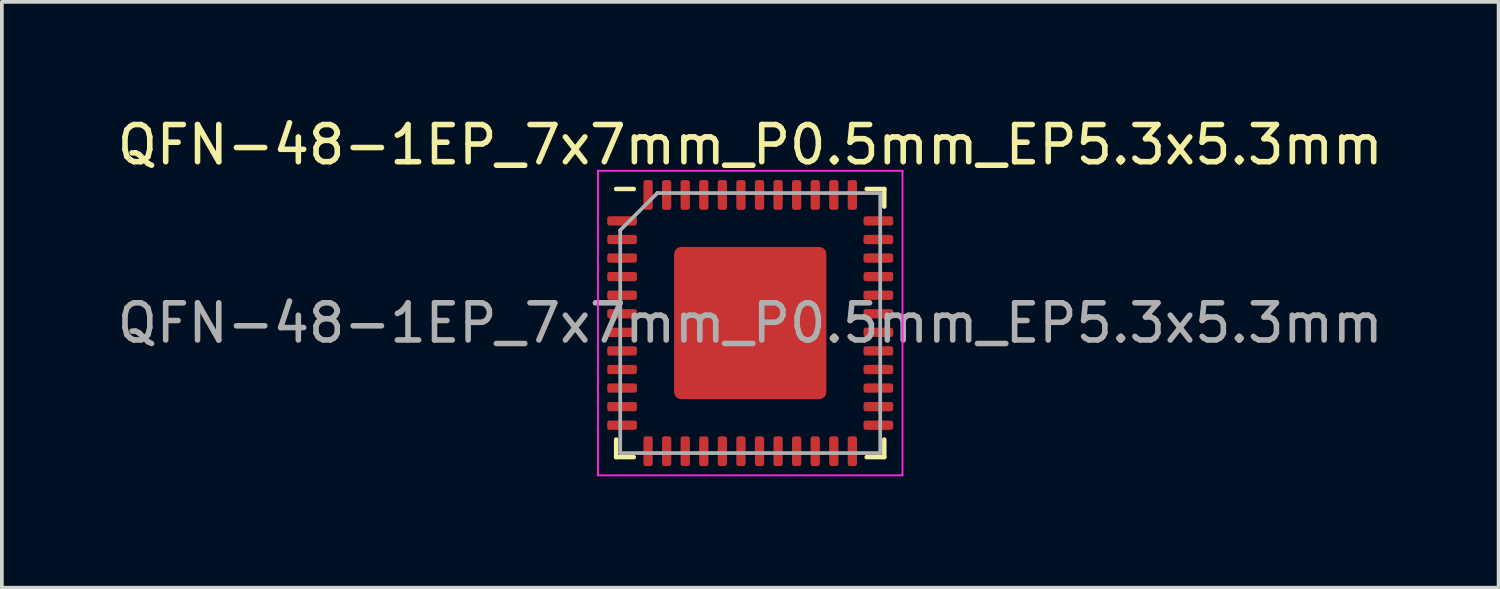
<source format=kicad_pcb>
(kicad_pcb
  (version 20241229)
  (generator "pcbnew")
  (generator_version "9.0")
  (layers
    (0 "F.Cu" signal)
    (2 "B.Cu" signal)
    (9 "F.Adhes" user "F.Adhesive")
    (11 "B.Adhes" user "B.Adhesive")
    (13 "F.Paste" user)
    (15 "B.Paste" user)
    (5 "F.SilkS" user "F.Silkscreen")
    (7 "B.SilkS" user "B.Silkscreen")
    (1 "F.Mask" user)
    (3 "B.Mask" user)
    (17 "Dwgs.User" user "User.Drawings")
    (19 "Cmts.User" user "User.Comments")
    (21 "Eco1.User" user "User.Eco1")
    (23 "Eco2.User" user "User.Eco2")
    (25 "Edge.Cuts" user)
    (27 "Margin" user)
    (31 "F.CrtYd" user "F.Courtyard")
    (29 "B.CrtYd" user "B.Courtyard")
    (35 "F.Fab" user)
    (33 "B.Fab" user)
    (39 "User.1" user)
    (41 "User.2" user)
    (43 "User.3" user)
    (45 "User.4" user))
  (footprint "QFN-48-1EP_7x7mm_P0.5mm_EP5.3x5.3mm"
    (layer "F.Cu")
    (at 17.149 5.648)
    (property "Reference" "QFN-48-1EP_7x7mm_P0.5mm_EP5.3x5.3mm" (at 0 -4.8 0) (layer "F.SilkS") (effects (font (size 1 1) (thickness 0.15))))
    (attr smd)
    (fp_line (start -3.61 3.61) (end -3.61 3.135) (stroke (width 0.12) (type solid)) (layer "F.SilkS"))
    (fp_line (start -3.135 -3.61) (end -3.61 -3.61) (stroke (width 0.12) (type solid)) (layer "F.SilkS"))
    (fp_line (start -3.135 3.61) (end -3.61 3.61) (stroke (width 0.12) (type solid)) (layer "F.SilkS"))
    (fp_line (start 3.135 -3.61) (end 3.61 -3.61) (stroke (width 0.12) (type solid)) (layer "F.SilkS"))
    (fp_line (start 3.135 3.61) (end 3.61 3.61) (stroke (width 0.12) (type solid)) (layer "F.SilkS"))
    (fp_line (start 3.61 -3.61) (end 3.61 -3.135) (stroke (width 0.12) (type solid)) (layer "F.SilkS"))
    (fp_line (start 3.61 3.61) (end 3.61 3.135) (stroke (width 0.12) (type solid)) (layer "F.SilkS"))
    (fp_line (start -4.1 -4.1) (end -4.1 4.1) (stroke (width 0.05) (type solid)) (layer "F.CrtYd"))
    (fp_line (start -4.1 4.1) (end 4.1 4.1) (stroke (width 0.05) (type solid)) (layer "F.CrtYd"))
    (fp_line (start 4.1 -4.1) (end -4.1 -4.1) (stroke (width 0.05) (type solid)) (layer "F.CrtYd"))
    (fp_line (start 4.1 4.1) (end 4.1 -4.1) (stroke (width 0.05) (type solid)) (layer "F.CrtYd"))
    (fp_line (start -3.5 -2.5) (end -2.5 -3.5) (stroke (width 0.1) (type solid)) (layer "F.Fab"))
    (fp_line (start -3.5 3.5) (end -3.5 -2.5) (stroke (width 0.1) (type solid)) (layer "F.Fab"))
    (fp_line (start -2.5 -3.5) (end 3.5 -3.5) (stroke (width 0.1) (type solid)) (layer "F.Fab"))
    (fp_line (start 3.5 -3.5) (end 3.5 3.5) (stroke (width 0.1) (type solid)) (layer "F.Fab"))
    (fp_line (start 3.5 3.5) (end -3.5 3.5) (stroke (width 0.1) (type solid)) (layer "F.Fab"))
    (fp_text user "${REFERENCE}" (at 0 0 0) (layer "F.Fab") (effects (font (size 1 1) (thickness 0.15))))
    (pad "" smd roundrect (at -1.37 -1.37) (size 1.17 1.17) (layers "F.Paste") (roundrect_rratio 0.234))
    (pad "" smd roundrect (at -1.37 0) (size 1.17 1.17) (layers "F.Paste") (roundrect_rratio 0.234))
    (pad "" smd roundrect (at -1.37 1.37) (size 1.17 1.17) (layers "F.Paste") (roundrect_rratio 0.234))
    (pad "" smd roundrect (at 0 -1.37) (size 1.17 1.17) (layers "F.Paste") (roundrect_rratio 0.234))
    (pad "" smd roundrect (at 0 0) (size 1.17 1.17) (layers "F.Paste") (roundrect_rratio 0.234))
    (pad "" smd roundrect (at 0 1.37) (size 1.17 1.17) (layers "F.Paste") (roundrect_rratio 0.234))
    (pad "" smd roundrect (at 1.37 -1.37) (size 1.17 1.17) (layers "F.Paste") (roundrect_rratio 0.234))
    (pad "" smd roundrect (at 1.37 0) (size 1.17 1.17) (layers "F.Paste") (roundrect_rratio 0.234))
    (pad "" smd roundrect (at 1.37 1.37) (size 1.17 1.17) (layers "F.Paste") (roundrect_rratio 0.234))
    (pad "1" smd roundrect (at -3.45 -2.75) (size 0.8 0.25) (layers "F.Cu" "F.Mask" "F.Paste") (roundrect_rratio 0.25))
    (pad "2" smd roundrect (at -3.45 -2.25) (size 0.8 0.25) (layers "F.Cu" "F.Mask" "F.Paste") (roundrect_rratio 0.25))
    (pad "3" smd roundrect (at -3.45 -1.75) (size 0.8 0.25) (layers "F.Cu" "F.Mask" "F.Paste") (roundrect_rratio 0.25))
    (pad "4" smd roundrect (at -3.45 -1.25) (size 0.8 0.25) (layers "F.Cu" "F.Mask" "F.Paste") (roundrect_rratio 0.25))
    (pad "5" smd roundrect (at -3.45 -0.75) (size 0.8 0.25) (layers "F.Cu" "F.Mask" "F.Paste") (roundrect_rratio 0.25))
    (pad "6" smd roundrect (at -3.45 -0.25) (size 0.8 0.25) (layers "F.Cu" "F.Mask" "F.Paste") (roundrect_rratio 0.25))
    (pad "7" smd roundrect (at -3.45 0.25) (size 0.8 0.25) (layers "F.Cu" "F.Mask" "F.Paste") (roundrect_rratio 0.25))
    (pad "8" smd roundrect (at -3.45 0.75) (size 0.8 0.25) (layers "F.Cu" "F.Mask" "F.Paste") (roundrect_rratio 0.25))
    (pad "9" smd roundrect (at -3.45 1.25) (size 0.8 0.25) (layers "F.Cu" "F.Mask" "F.Paste") (roundrect_rratio 0.25))
    (pad "10" smd roundrect (at -3.45 1.75) (size 0.8 0.25) (layers "F.Cu" "F.Mask" "F.Paste") (roundrect_rratio 0.25))
    (pad "11" smd roundrect (at -3.45 2.25) (size 0.8 0.25) (layers "F.Cu" "F.Mask" "F.Paste") (roundrect_rratio 0.25))
    (pad "12" smd roundrect (at -3.45 2.75) (size 0.8 0.25) (layers "F.Cu" "F.Mask" "F.Paste") (roundrect_rratio 0.25))
    (pad "13" smd roundrect (at -2.75 3.45) (size 0.25 0.8) (layers "F.Cu" "F.Mask" "F.Paste") (roundrect_rratio 0.25))
    (pad "14" smd roundrect (at -2.25 3.45) (size 0.25 0.8) (layers "F.Cu" "F.Mask" "F.Paste") (roundrect_rratio 0.25))
    (pad "15" smd roundrect (at -1.75 3.45) (size 0.25 0.8) (layers "F.Cu" "F.Mask" "F.Paste") (roundrect_rratio 0.25))
    (pad "16" smd roundrect (at -1.25 3.45) (size 0.25 0.8) (layers "F.Cu" "F.Mask" "F.Paste") (roundrect_rratio 0.25))
    (pad "17" smd roundrect (at -0.75 3.45) (size 0.25 0.8) (layers "F.Cu" "F.Mask" "F.Paste") (roundrect_rratio 0.25))
    (pad "18" smd roundrect (at -0.25 3.45) (size 0.25 0.8) (layers "F.Cu" "F.Mask" "F.Paste") (roundrect_rratio 0.25))
    (pad "19" smd roundrect (at 0.25 3.45) (size 0.25 0.8) (layers "F.Cu" "F.Mask" "F.Paste") (roundrect_rratio 0.25))
    (pad "20" smd roundrect (at 0.75 3.45) (size 0.25 0.8) (layers "F.Cu" "F.Mask" "F.Paste") (roundrect_rratio 0.25))
    (pad "21" smd roundrect (at 1.25 3.45) (size 0.25 0.8) (layers "F.Cu" "F.Mask" "F.Paste") (roundrect_rratio 0.25))
    (pad "22" smd roundrect (at 1.75 3.45) (size 0.25 0.8) (layers "F.Cu" "F.Mask" "F.Paste") (roundrect_rratio 0.25))
    (pad "23" smd roundrect (at 2.25 3.45) (size 0.25 0.8) (layers "F.Cu" "F.Mask" "F.Paste") (roundrect_rratio 0.25))
    (pad "24" smd roundrect (at 2.75 3.45) (size 0.25 0.8) (layers "F.Cu" "F.Mask" "F.Paste") (roundrect_rratio 0.25))
    (pad "25" smd roundrect (at 3.45 2.75) (size 0.8 0.25) (layers "F.Cu" "F.Mask" "F.Paste") (roundrect_rratio 0.25))
    (pad "26" smd roundrect (at 3.45 2.25) (size 0.8 0.25) (layers "F.Cu" "F.Mask" "F.Paste") (roundrect_rratio 0.25))
    (pad "27" smd roundrect (at 3.45 1.75) (size 0.8 0.25) (layers "F.Cu" "F.Mask" "F.Paste") (roundrect_rratio 0.25))
    (pad "28" smd roundrect (at 3.45 1.25) (size 0.8 0.25) (layers "F.Cu" "F.Mask" "F.Paste") (roundrect_rratio 0.25))
    (pad "29" smd roundrect (at 3.45 0.75) (size 0.8 0.25) (layers "F.Cu" "F.Mask" "F.Paste") (roundrect_rratio 0.25))
    (pad "30" smd roundrect (at 3.45 0.25) (size 0.8 0.25) (layers "F.Cu" "F.Mask" "F.Paste") (roundrect_rratio 0.25))
    (pad "31" smd roundrect (at 3.45 -0.25) (size 0.8 0.25) (layers "F.Cu" "F.Mask" "F.Paste") (roundrect_rratio 0.25))
    (pad "32" smd roundrect (at 3.45 -0.75) (size 0.8 0.25) (layers "F.Cu" "F.Mask" "F.Paste") (roundrect_rratio 0.25))
    (pad "33" smd roundrect (at 3.45 -1.25) (size 0.8 0.25) (layers "F.Cu" "F.Mask" "F.Paste") (roundrect_rratio 0.25))
    (pad "34" smd roundrect (at 3.45 -1.75) (size 0.8 0.25) (layers "F.Cu" "F.Mask" "F.Paste") (roundrect_rratio 0.25))
    (pad "35" smd roundrect (at 3.45 -2.25) (size 0.8 0.25) (layers "F.Cu" "F.Mask" "F.Paste") (roundrect_rratio 0.25))
    (pad "36" smd roundrect (at 3.45 -2.75) (size 0.8 0.25) (layers "F.Cu" "F.Mask" "F.Paste") (roundrect_rratio 0.25))
    (pad "37" smd roundrect (at 2.75 -3.45) (size 0.25 0.8) (layers "F.Cu" "F.Mask" "F.Paste") (roundrect_rratio 0.25))
    (pad "38" smd roundrect (at 2.25 -3.45) (size 0.25 0.8) (layers "F.Cu" "F.Mask" "F.Paste") (roundrect_rratio 0.25))
    (pad "39" smd roundrect (at 1.75 -3.45) (size 0.25 0.8) (layers "F.Cu" "F.Mask" "F.Paste") (roundrect_rratio 0.25))
    (pad "40" smd roundrect (at 1.25 -3.45) (size 0.25 0.8) (layers "F.Cu" "F.Mask" "F.Paste") (roundrect_rratio 0.25))
    (pad "41" smd roundrect (at 0.75 -3.45) (size 0.25 0.8) (layers "F.Cu" "F.Mask" "F.Paste") (roundrect_rratio 0.25))
    (pad "42" smd roundrect (at 0.25 -3.45) (size 0.25 0.8) (layers "F.Cu" "F.Mask" "F.Paste") (roundrect_rratio 0.25))
    (pad "43" smd roundrect (at -0.25 -3.45) (size 0.25 0.8) (layers "F.Cu" "F.Mask" "F.Paste") (roundrect_rratio 0.25))
    (pad "44" smd roundrect (at -0.75 -3.45) (size 0.25 0.8) (layers "F.Cu" "F.Mask" "F.Paste") (roundrect_rratio 0.25))
    (pad "45" smd roundrect (at -1.25 -3.45) (size 0.25 0.8) (layers "F.Cu" "F.Mask" "F.Paste") (roundrect_rratio 0.25))
    (pad "46" smd roundrect (at -1.75 -3.45) (size 0.25 0.8) (layers "F.Cu" "F.Mask" "F.Paste") (roundrect_rratio 0.25))
    (pad "47" smd roundrect (at -2.25 -3.45) (size 0.25 0.8) (layers "F.Cu" "F.Mask" "F.Paste") (roundrect_rratio 0.25))
    (pad "48" smd roundrect (at -2.75 -3.45) (size 0.25 0.8) (layers "F.Cu" "F.Mask" "F.Paste") (roundrect_rratio 0.25))
    (pad "49" smd roundrect (at 0 0) (size 4.1 4.1) (layers "F.Cu" "F.Mask") (roundrect_rratio 0.047)))
  (gr_rect
    (start -3 -3)
    (end 37.298 12.773)
    (stroke (width 0.1) (type default))
    (fill no)
    (layer "Edge.Cuts")))
</source>
